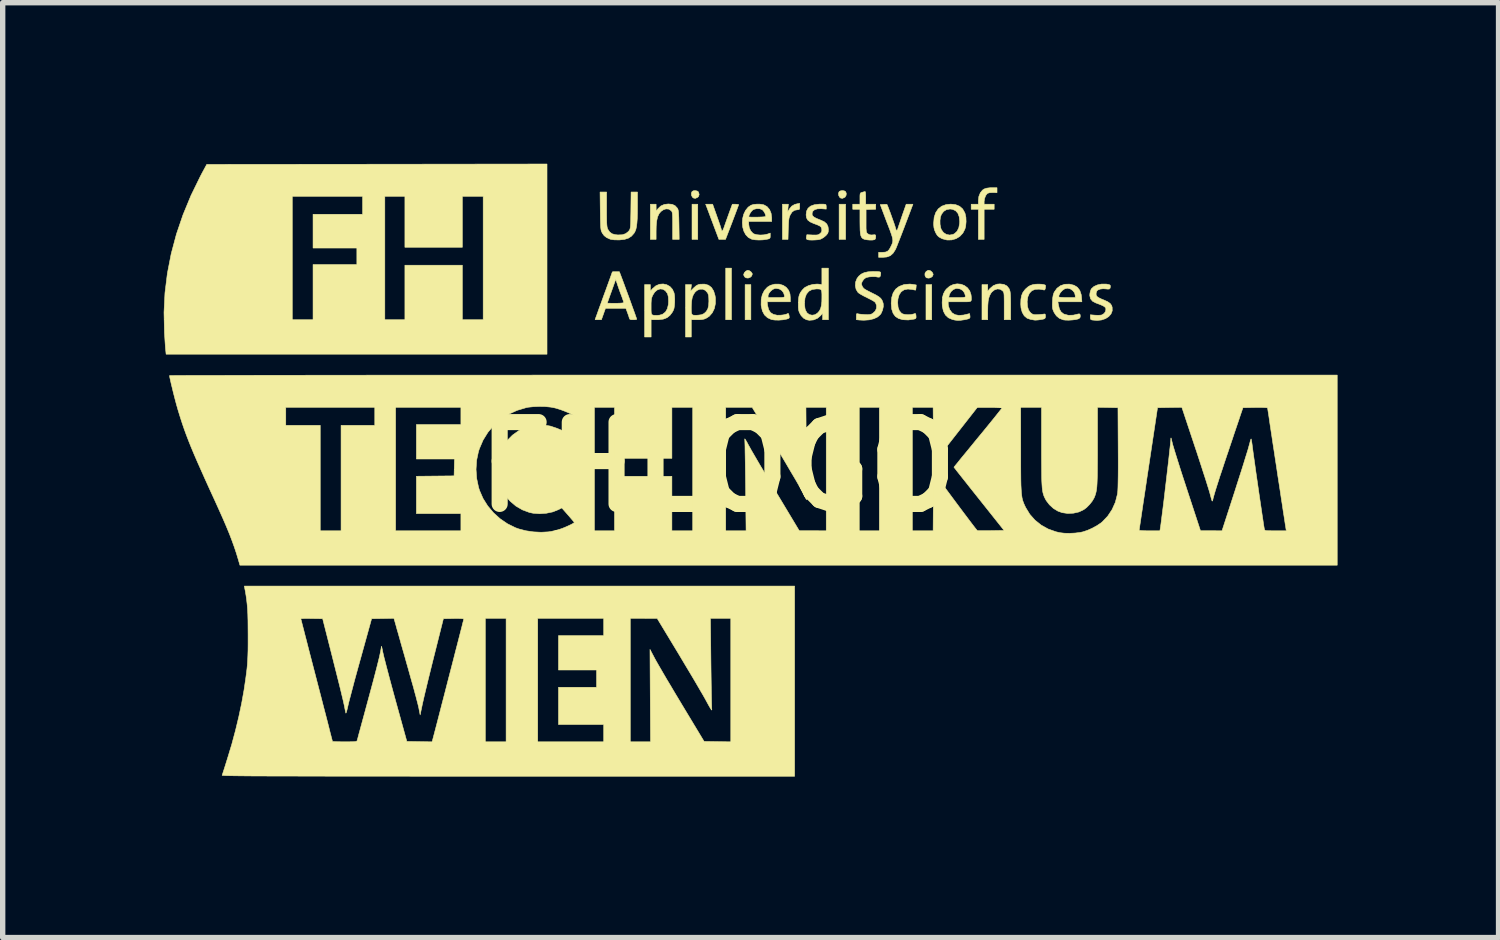
<source format=kicad_pcb>
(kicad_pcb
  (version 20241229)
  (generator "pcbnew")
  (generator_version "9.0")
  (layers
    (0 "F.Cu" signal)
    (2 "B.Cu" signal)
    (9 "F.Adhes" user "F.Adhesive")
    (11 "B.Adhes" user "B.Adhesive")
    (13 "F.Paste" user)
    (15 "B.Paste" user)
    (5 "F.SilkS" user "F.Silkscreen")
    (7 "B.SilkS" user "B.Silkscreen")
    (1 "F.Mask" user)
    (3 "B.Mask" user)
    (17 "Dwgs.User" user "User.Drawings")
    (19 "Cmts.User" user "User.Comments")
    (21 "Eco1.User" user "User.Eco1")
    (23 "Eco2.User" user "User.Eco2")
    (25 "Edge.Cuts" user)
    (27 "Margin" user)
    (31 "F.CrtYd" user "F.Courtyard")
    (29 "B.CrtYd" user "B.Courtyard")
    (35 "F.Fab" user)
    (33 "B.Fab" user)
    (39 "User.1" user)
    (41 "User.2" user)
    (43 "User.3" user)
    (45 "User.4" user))
  (footprint "FHLOGO"
    (layer "F.Cu")
    (at 10.321 5.647)
    (property "Reference" "FHLOGO" (at 0 0 0) (layer "F.SilkS") (effects (font (size 1.524 1.524) (thickness 0.3))))
    (attr through_hole)
    (fp_poly (pts (xy -0.374 -4.238) (xy -0.481 -4.238) (xy -0.481 -4.893) (xy -0.374 -4.893) (xy -0.374 -4.238)) (stroke (width 0.01) (type solid)) (fill yes) (layer "F.SilkS"))
    (fp_poly (pts (xy 0.254 -2.741) (xy 0.147 -2.741) (xy 0.147 -3.703) (xy 0.254 -3.703) (xy 0.254 -2.741)) (stroke (width 0.01) (type solid)) (fill yes) (layer "F.SilkS"))
    (fp_poly (pts (xy 0.615 -2.741) (xy 0.508 -2.741) (xy 0.508 -3.396) (xy 0.615 -3.396) (xy 0.615 -2.741)) (stroke (width 0.01) (type solid)) (fill yes) (layer "F.SilkS"))
    (fp_poly (pts (xy 2.38 -4.238) (xy 2.259 -4.238) (xy 2.259 -4.893) (xy 2.38 -4.893) (xy 2.38 -4.238)) (stroke (width 0.01) (type solid)) (fill yes) (layer "F.SilkS"))
    (fp_poly (pts (xy 3.984 -2.741) (xy 3.877 -2.741) (xy 3.877 -3.396) (xy 3.984 -3.396) (xy 3.984 -2.741)) (stroke (width 0.01) (type solid)) (fill yes) (layer "F.SilkS"))
    (fp_poly (pts (xy -0.378 -5.136) (xy -0.361 -5.121) (xy -0.348 -5.076) (xy -0.359 -5.038) (xy -0.377 -5.021) (xy -0.418 -5.002) (xy -0.453 -5.008) (xy -0.473 -5.024) (xy -0.491 -5.059) (xy -0.493 -5.098) (xy -0.48 -5.13) (xy -0.479 -5.131) (xy -0.45 -5.145) (xy -0.412 -5.146) (xy -0.378 -5.136)) (stroke (width 0.01) (type solid)) (fill yes) (layer "F.SilkS"))
    (fp_poly (pts (xy 0.591 -3.653) (xy 0.62 -3.631) (xy 0.639 -3.604) (xy 0.642 -3.592) (xy 0.63 -3.556) (xy 0.601 -3.53) (xy 0.563 -3.517) (xy 0.525 -3.522) (xy 0.502 -3.537) (xy 0.485 -3.565) (xy 0.481 -3.584) (xy 0.493 -3.616) (xy 0.52 -3.646) (xy 0.553 -3.662) (xy 0.561 -3.663) (xy 0.591 -3.653)) (stroke (width 0.01) (type solid)) (fill yes) (layer "F.SilkS"))
    (fp_poly (pts (xy 2.354 -5.142) (xy 2.377 -5.131) (xy 2.392 -5.099) (xy 2.39 -5.061) (xy 2.371 -5.027) (xy 2.363 -5.021) (xy 2.322 -5.002) (xy 2.287 -5.008) (xy 2.268 -5.024) (xy 2.25 -5.059) (xy 2.247 -5.098) (xy 2.261 -5.13) (xy 2.262 -5.131) (xy 2.286 -5.142) (xy 2.319 -5.147) (xy 2.354 -5.142)) (stroke (width 0.01) (type solid)) (fill yes) (layer "F.SilkS"))
    (fp_poly (pts (xy 3.963 -3.652) (xy 3.993 -3.626) (xy 4.009 -3.594) (xy 4.011 -3.585) (xy 3.999 -3.552) (xy 3.969 -3.528) (xy 3.931 -3.516) (xy 3.893 -3.521) (xy 3.881 -3.526) (xy 3.866 -3.546) (xy 3.857 -3.572) (xy 3.859 -3.609) (xy 3.881 -3.642) (xy 3.915 -3.661) (xy 3.93 -3.663) (xy 3.963 -3.652)) (stroke (width 0.01) (type solid)) (fill yes) (layer "F.SilkS"))
    (fp_poly (pts (xy 5.2 -5.108) (xy 5.122 -5.11) (xy 5.06 -5.107) (xy 5.022 -5.095) (xy 5.019 -5.093) (xy 4.99 -5.055) (xy 4.969 -5.002) (xy 4.96 -4.945) (xy 4.96 -4.94) (xy 4.96 -4.893) (xy 5.147 -4.893) (xy 5.147 -4.799) (xy 4.96 -4.799) (xy 4.96 -4.238) (xy 4.853 -4.238) (xy 4.853 -4.799) (xy 4.719 -4.799) (xy 4.719 -4.893) (xy 4.853 -4.893) (xy 4.853 -4.964) (xy 4.862 -5.039) (xy 4.889 -5.105) (xy 4.93 -5.156) (xy 4.959 -5.176) (xy 5.006 -5.192) (xy 5.07 -5.2) (xy 5.103 -5.2) (xy 5.2 -5.2) (xy 5.2 -5.108)) (stroke (width 0.01) (type solid)) (fill yes) (layer "F.SilkS"))
    (fp_poly (pts (xy 1.524 -4.85) (xy 1.523 -4.813) (xy 1.516 -4.796) (xy 1.498 -4.791) (xy 1.484 -4.79) (xy 1.427 -4.78) (xy 1.382 -4.747) (xy 1.348 -4.694) (xy 1.336 -4.665) (xy 1.327 -4.635) (xy 1.321 -4.597) (xy 1.317 -4.545) (xy 1.314 -4.474) (xy 1.312 -4.435) (xy 1.307 -4.238) (xy 1.203 -4.238) (xy 1.203 -4.893) (xy 1.314 -4.893) (xy 1.307 -4.826) (xy 1.304 -4.788) (xy 1.303 -4.764) (xy 1.304 -4.759) (xy 1.312 -4.769) (xy 1.329 -4.795) (xy 1.334 -4.805) (xy 1.376 -4.857) (xy 1.431 -4.889) (xy 1.474 -4.9) (xy 1.524 -4.909) (xy 1.524 -4.85)) (stroke (width 0.01) (type solid)) (fill yes) (layer "F.SilkS"))
    (fp_poly (pts (xy -0.015 -4.662) (xy 0.011 -4.588) (xy 0.034 -4.522) (xy 0.052 -4.468) (xy 0.063 -4.431) (xy 0.067 -4.416) (xy 0.075 -4.395) (xy 0.078 -4.393) (xy 0.088 -4.401) (xy 0.102 -4.428) (xy 0.119 -4.47) (xy 0.12 -4.475) (xy 0.137 -4.524) (xy 0.16 -4.589) (xy 0.186 -4.662) (xy 0.21 -4.729) (xy 0.27 -4.893) (xy 0.329 -4.893) (xy 0.364 -4.891) (xy 0.385 -4.887) (xy 0.388 -4.884) (xy 0.383 -4.87) (xy 0.37 -4.834) (xy 0.35 -4.78) (xy 0.324 -4.711) (xy 0.294 -4.632) (xy 0.266 -4.557) (xy 0.143 -4.238) (xy 0.02 -4.238) (xy -0.077 -4.495) (xy -0.108 -4.578) (xy -0.138 -4.657) (xy -0.164 -4.727) (xy -0.185 -4.783) (xy -0.199 -4.82) (xy -0.2 -4.823) (xy -0.227 -4.893) (xy -0.097 -4.893) (xy -0.015 -4.662)) (stroke (width 0.01) (type solid)) (fill yes) (layer "F.SilkS"))
    (fp_poly (pts (xy -0.851 -4.891) (xy -0.797 -4.866) (xy -0.755 -4.821) (xy -0.752 -4.816) (xy -0.744 -4.801) (xy -0.738 -4.779) (xy -0.733 -4.748) (xy -0.73 -4.703) (xy -0.727 -4.641) (xy -0.725 -4.558) (xy -0.724 -4.509) (xy -0.72 -4.238) (xy -0.842 -4.238) (xy -0.842 -4.492) (xy -0.842 -4.581) (xy -0.843 -4.647) (xy -0.845 -4.694) (xy -0.848 -4.727) (xy -0.853 -4.748) (xy -0.86 -4.762) (xy -0.869 -4.772) (xy -0.914 -4.802) (xy -0.965 -4.806) (xy -1.012 -4.791) (xy -1.059 -4.759) (xy -1.095 -4.716) (xy -1.122 -4.658) (xy -1.139 -4.582) (xy -1.148 -4.484) (xy -1.15 -4.391) (xy -1.15 -4.238) (xy -1.257 -4.238) (xy -1.257 -4.893) (xy -1.15 -4.893) (xy -1.149 -4.766) (xy -1.115 -4.81) (xy -1.062 -4.86) (xy -0.997 -4.889) (xy -0.922 -4.898) (xy -0.851 -4.891)) (stroke (width 0.01) (type solid)) (fill yes) (layer "F.SilkS"))
    (fp_poly (pts (xy 5.328 -3.4) (xy 5.384 -3.371) (xy 5.423 -3.323) (xy 5.428 -3.313) (xy 5.437 -3.289) (xy 5.444 -3.264) (xy 5.448 -3.231) (xy 5.451 -3.186) (xy 5.453 -3.126) (xy 5.454 -3.046) (xy 5.454 -2.998) (xy 5.454 -2.741) (xy 5.334 -2.741) (xy 5.334 -2.995) (xy 5.334 -3.084) (xy 5.333 -3.149) (xy 5.332 -3.196) (xy 5.329 -3.228) (xy 5.324 -3.25) (xy 5.317 -3.264) (xy 5.307 -3.276) (xy 5.301 -3.283) (xy 5.257 -3.31) (xy 5.206 -3.315) (xy 5.154 -3.298) (xy 5.106 -3.26) (xy 5.088 -3.237) (xy 5.064 -3.194) (xy 5.047 -3.146) (xy 5.035 -3.085) (xy 5.029 -3.008) (xy 5.027 -2.909) (xy 5.027 -2.904) (xy 5.027 -2.741) (xy 4.92 -2.741) (xy 4.92 -3.396) (xy 5.027 -3.396) (xy 5.027 -3.274) (xy 5.07 -3.324) (xy 5.13 -3.376) (xy 5.2 -3.404) (xy 5.254 -3.409) (xy 5.328 -3.4)) (stroke (width 0.01) (type solid)) (fill yes) (layer "F.SilkS"))
    (fp_poly (pts (xy 3.624 -3.401) (xy 3.696 -3.389) (xy 3.692 -3.342) (xy 3.688 -3.311) (xy 3.685 -3.294) (xy 3.685 -3.293) (xy 3.672 -3.294) (xy 3.641 -3.3) (xy 3.621 -3.305) (xy 3.539 -3.313) (xy 3.47 -3.299) (xy 3.416 -3.263) (xy 3.377 -3.206) (xy 3.355 -3.129) (xy 3.35 -3.061) (xy 3.357 -2.974) (xy 3.381 -2.908) (xy 3.42 -2.863) (xy 3.443 -2.85) (xy 3.486 -2.839) (xy 3.542 -2.835) (xy 3.599 -2.838) (xy 3.644 -2.848) (xy 3.671 -2.857) (xy 3.684 -2.854) (xy 3.689 -2.833) (xy 3.692 -2.808) (xy 3.692 -2.777) (xy 3.681 -2.761) (xy 3.656 -2.753) (xy 3.546 -2.737) (xy 3.446 -2.742) (xy 3.367 -2.764) (xy 3.307 -2.803) (xy 3.265 -2.86) (xy 3.239 -2.938) (xy 3.23 -3.036) (xy 3.229 -3.049) (xy 3.239 -3.156) (xy 3.266 -3.243) (xy 3.312 -3.312) (xy 3.377 -3.362) (xy 3.461 -3.394) (xy 3.478 -3.398) (xy 3.577 -3.406) (xy 3.624 -3.401)) (stroke (width 0.01) (type solid)) (fill yes) (layer "F.SilkS"))
    (fp_poly (pts (xy -3.182 -2.099) (xy -10.277 -2.099) (xy -10.284 -2.169) (xy -10.288 -2.204) (xy -10.292 -2.26) (xy -10.297 -2.333) (xy -10.302 -2.415) (xy -10.308 -2.504) (xy -10.308 -2.516) (xy -10.316 -2.879) (xy -10.298 -3.243) (xy -10.253 -3.607) (xy -10.182 -3.971) (xy -10.085 -4.335) (xy -9.962 -4.696) (xy -9.82 -5.04) (xy -7.927 -5.04) (xy -7.927 -2.741) (xy -7.54 -2.741) (xy -7.54 -3.77) (xy -6.724 -3.77) (xy -6.724 -4.077) (xy -7.54 -4.077) (xy -7.54 -4.706) (xy -6.617 -4.706) (xy -6.617 -5.04) (xy -6.203 -5.04) (xy -6.203 -2.741) (xy -5.829 -2.741) (xy -5.829 -3.757) (xy -4.759 -3.757) (xy -4.759 -2.741) (xy -4.371 -2.741) (xy -4.371 -5.04) (xy -4.759 -5.04) (xy -4.759 -4.091) (xy -5.829 -4.091) (xy -5.829 -5.04) (xy -6.203 -5.04) (xy -6.617 -5.04) (xy -7.927 -5.04) (xy -9.82 -5.04) (xy -9.814 -5.055) (xy -9.64 -5.411) (xy -9.614 -5.461) (xy -9.52 -5.635) (xy -6.351 -5.638) (xy -3.182 -5.642) (xy -3.182 -2.099)) (stroke (width 0.01) (type solid)) (fill yes) (layer "F.SilkS"))
    (fp_poly (pts (xy 2.749 -5.119) (xy 2.752 -5.093) (xy 2.754 -5.048) (xy 2.754 -5.015) (xy 2.754 -4.893) (xy 2.941 -4.893) (xy 2.941 -4.8) (xy 2.851 -4.797) (xy 2.761 -4.793) (xy 2.761 -4.581) (xy 2.761 -4.501) (xy 2.761 -4.444) (xy 2.764 -4.405) (xy 2.767 -4.379) (xy 2.774 -4.363) (xy 2.783 -4.351) (xy 2.794 -4.342) (xy 2.826 -4.324) (xy 2.865 -4.32) (xy 2.884 -4.322) (xy 2.92 -4.325) (xy 2.936 -4.32) (xy 2.941 -4.302) (xy 2.941 -4.284) (xy 2.935 -4.248) (xy 2.92 -4.233) (xy 2.883 -4.226) (xy 2.832 -4.225) (xy 2.778 -4.23) (xy 2.732 -4.239) (xy 2.719 -4.244) (xy 2.695 -4.257) (xy 2.677 -4.277) (xy 2.664 -4.306) (xy 2.655 -4.349) (xy 2.65 -4.408) (xy 2.648 -4.487) (xy 2.647 -4.574) (xy 2.647 -4.799) (xy 2.513 -4.799) (xy 2.513 -4.893) (xy 2.647 -4.893) (xy 2.647 -4.998) (xy 2.647 -5.051) (xy 2.65 -5.083) (xy 2.657 -5.101) (xy 2.668 -5.109) (xy 2.679 -5.112) (xy 2.713 -5.122) (xy 2.733 -5.128) (xy 2.743 -5.129) (xy 2.749 -5.119)) (stroke (width 0.01) (type solid)) (fill yes) (layer "F.SilkS"))
    (fp_poly (pts (xy 3.483 -4.494) (xy 3.445 -4.394) (xy 3.409 -4.301) (xy 3.376 -4.217) (xy 3.348 -4.146) (xy 3.327 -4.092) (xy 3.312 -4.058) (xy 3.308 -4.049) (xy 3.264 -3.98) (xy 3.212 -3.934) (xy 3.146 -3.91) (xy 3.075 -3.904) (xy 2.995 -3.904) (xy 2.995 -3.997) (xy 3.062 -3.997) (xy 3.12 -4.001) (xy 3.16 -4.016) (xy 3.19 -4.046) (xy 3.21 -4.08) (xy 3.23 -4.119) (xy 3.245 -4.152) (xy 3.255 -4.181) (xy 3.259 -4.21) (xy 3.257 -4.244) (xy 3.248 -4.285) (xy 3.231 -4.338) (xy 3.207 -4.406) (xy 3.174 -4.493) (xy 3.148 -4.559) (xy 3.025 -4.886) (xy 3.085 -4.89) (xy 3.122 -4.891) (xy 3.147 -4.89) (xy 3.151 -4.888) (xy 3.158 -4.873) (xy 3.172 -4.838) (xy 3.191 -4.788) (xy 3.214 -4.728) (xy 3.237 -4.663) (xy 3.26 -4.599) (xy 3.281 -4.54) (xy 3.297 -4.492) (xy 3.307 -4.46) (xy 3.308 -4.453) (xy 3.32 -4.417) (xy 3.333 -4.405) (xy 3.345 -4.417) (xy 3.349 -4.428) (xy 3.356 -4.45) (xy 3.37 -4.493) (xy 3.39 -4.551) (xy 3.413 -4.62) (xy 3.432 -4.676) (xy 3.508 -4.893) (xy 3.634 -4.893) (xy 3.483 -4.494)) (stroke (width 0.01) (type solid)) (fill yes) (layer "F.SilkS"))
    (fp_poly (pts (xy 4.429 -4.885) (xy 4.503 -4.855) (xy 4.56 -4.805) (xy 4.6 -4.734) (xy 4.605 -4.721) (xy 4.621 -4.649) (xy 4.624 -4.566) (xy 4.616 -4.483) (xy 4.603 -4.432) (xy 4.564 -4.355) (xy 4.507 -4.294) (xy 4.436 -4.251) (xy 4.356 -4.228) (xy 4.271 -4.226) (xy 4.185 -4.248) (xy 4.161 -4.259) (xy 4.117 -4.284) (xy 4.087 -4.313) (xy 4.061 -4.356) (xy 4.056 -4.366) (xy 4.036 -4.413) (xy 4.025 -4.458) (xy 4.02 -4.513) (xy 4.02 -4.542) (xy 4.024 -4.589) (xy 4.138 -4.589) (xy 4.139 -4.519) (xy 4.151 -4.454) (xy 4.163 -4.42) (xy 4.203 -4.365) (xy 4.256 -4.331) (xy 4.317 -4.319) (xy 4.379 -4.33) (xy 4.409 -4.345) (xy 4.456 -4.389) (xy 4.488 -4.453) (xy 4.503 -4.535) (xy 4.505 -4.572) (xy 4.496 -4.658) (xy 4.471 -4.725) (xy 4.429 -4.772) (xy 4.372 -4.798) (xy 4.325 -4.804) (xy 4.26 -4.793) (xy 4.207 -4.76) (xy 4.165 -4.705) (xy 4.146 -4.654) (xy 4.138 -4.589) (xy 4.024 -4.589) (xy 4.029 -4.648) (xy 4.058 -4.736) (xy 4.105 -4.806) (xy 4.169 -4.856) (xy 4.251 -4.886) (xy 4.338 -4.895) (xy 4.429 -4.885)) (stroke (width 0.01) (type solid)) (fill yes) (layer "F.SilkS"))
    (fp_poly (pts (xy -0.175 -3.385) (xy -0.119 -3.342) (xy -0.078 -3.277) (xy -0.052 -3.191) (xy -0.045 -3.146) (xy -0.045 -3.044) (xy -0.065 -2.95) (xy -0.104 -2.87) (xy -0.16 -2.806) (xy -0.214 -2.771) (xy -0.253 -2.754) (xy -0.295 -2.745) (xy -0.35 -2.741) (xy -0.384 -2.741) (xy -0.495 -2.741) (xy -0.495 -2.42) (xy -0.602 -2.42) (xy -0.602 -2.963) (xy -0.495 -2.963) (xy -0.494 -2.9) (xy -0.49 -2.859) (xy -0.478 -2.836) (xy -0.454 -2.826) (xy -0.415 -2.824) (xy -0.371 -2.826) (xy -0.304 -2.835) (xy -0.258 -2.856) (xy -0.257 -2.856) (xy -0.215 -2.896) (xy -0.187 -2.943) (xy -0.172 -3.003) (xy -0.167 -3.083) (xy -0.167 -3.088) (xy -0.169 -3.152) (xy -0.174 -3.197) (xy -0.185 -3.23) (xy -0.193 -3.245) (xy -0.233 -3.289) (xy -0.283 -3.311) (xy -0.337 -3.31) (xy -0.389 -3.287) (xy -0.426 -3.253) (xy -0.456 -3.208) (xy -0.477 -3.154) (xy -0.489 -3.086) (xy -0.494 -3) (xy -0.495 -2.963) (xy -0.602 -2.963) (xy -0.602 -3.396) (xy -0.491 -3.396) (xy -0.507 -3.277) (xy -0.449 -3.335) (xy -0.406 -3.373) (xy -0.368 -3.394) (xy -0.33 -3.403) (xy -0.246 -3.405) (xy -0.175 -3.385)) (stroke (width 0.01) (type solid)) (fill yes) (layer "F.SilkS"))
    (fp_poly (pts (xy -0.953 -3.394) (xy -0.893 -3.361) (xy -0.846 -3.309) (xy -0.815 -3.24) (xy -0.807 -3.193) (xy -0.803 -3.129) (xy -0.804 -3.064) (xy -0.809 -3) (xy -0.816 -2.954) (xy -0.829 -2.917) (xy -0.846 -2.884) (xy -0.892 -2.823) (xy -0.946 -2.78) (xy -1.015 -2.753) (xy -1.102 -2.742) (xy -1.145 -2.741) (xy -1.243 -2.741) (xy -1.243 -2.42) (xy -1.364 -2.42) (xy -1.364 -2.986) (xy -1.243 -2.986) (xy -1.243 -2.918) (xy -1.241 -2.873) (xy -1.233 -2.845) (xy -1.218 -2.83) (xy -1.191 -2.824) (xy -1.15 -2.823) (xy -1.136 -2.822) (xy -1.085 -2.827) (xy -1.037 -2.841) (xy -1.029 -2.844) (xy -0.976 -2.885) (xy -0.94 -2.947) (xy -0.921 -3.028) (xy -0.918 -3.087) (xy -0.922 -3.166) (xy -0.936 -3.222) (xy -0.94 -3.231) (xy -0.978 -3.282) (xy -1.025 -3.31) (xy -1.076 -3.315) (xy -1.127 -3.297) (xy -1.174 -3.258) (xy -1.21 -3.203) (xy -1.225 -3.17) (xy -1.235 -3.138) (xy -1.24 -3.101) (xy -1.243 -3.051) (xy -1.243 -2.986) (xy -1.364 -2.986) (xy -1.364 -3.396) (xy -1.257 -3.396) (xy -1.257 -3.274) (xy -1.213 -3.324) (xy -1.154 -3.374) (xy -1.088 -3.402) (xy -1.019 -3.408) (xy -0.953 -3.394)) (stroke (width 0.01) (type solid)) (fill yes) (layer "F.SilkS"))
    (fp_poly (pts (xy 2.059 -2.741) (xy 1.952 -2.741) (xy 1.952 -2.863) (xy 1.916 -2.82) (xy 1.855 -2.768) (xy 1.783 -2.738) (xy 1.705 -2.731) (xy 1.652 -2.741) (xy 1.599 -2.769) (xy 1.552 -2.817) (xy 1.518 -2.878) (xy 1.516 -2.883) (xy 1.504 -2.923) (xy 1.499 -2.973) (xy 1.499 -3.038) (xy 1.499 -3.064) (xy 1.615 -3.064) (xy 1.617 -3.008) (xy 1.623 -2.955) (xy 1.631 -2.922) (xy 1.66 -2.871) (xy 1.703 -2.838) (xy 1.755 -2.826) (xy 1.809 -2.835) (xy 1.855 -2.864) (xy 1.89 -2.903) (xy 1.914 -2.949) (xy 1.929 -3.007) (xy 1.937 -3.082) (xy 1.938 -3.15) (xy 1.938 -3.219) (xy 1.935 -3.265) (xy 1.927 -3.294) (xy 1.911 -3.309) (xy 1.884 -3.314) (xy 1.843 -3.315) (xy 1.834 -3.315) (xy 1.757 -3.305) (xy 1.696 -3.273) (xy 1.651 -3.22) (xy 1.624 -3.149) (xy 1.615 -3.064) (xy 1.499 -3.064) (xy 1.499 -3.065) (xy 1.503 -3.129) (xy 1.51 -3.176) (xy 1.521 -3.212) (xy 1.538 -3.246) (xy 1.54 -3.25) (xy 1.572 -3.294) (xy 1.611 -3.334) (xy 1.627 -3.346) (xy 1.691 -3.378) (xy 1.769 -3.399) (xy 1.847 -3.406) (xy 1.88 -3.404) (xy 1.938 -3.396) (xy 1.938 -3.703) (xy 2.059 -3.703) (xy 2.059 -2.741)) (stroke (width 0.01) (type solid)) (fill yes) (layer "F.SilkS"))
    (fp_poly (pts (xy -2.072 -4.796) (xy -2.072 -4.692) (xy -2.071 -4.611) (xy -2.07 -4.55) (xy -2.067 -4.505) (xy -2.063 -4.472) (xy -2.058 -4.448) (xy -2.051 -4.43) (xy -2.049 -4.426) (xy -2.015 -4.376) (xy -1.971 -4.343) (xy -1.911 -4.326) (xy -1.861 -4.321) (xy -1.78 -4.324) (xy -1.717 -4.345) (xy -1.668 -4.383) (xy -1.652 -4.402) (xy -1.643 -4.416) (xy -1.637 -4.431) (xy -1.632 -4.452) (xy -1.628 -4.482) (xy -1.625 -4.525) (xy -1.623 -4.584) (xy -1.622 -4.662) (xy -1.62 -4.763) (xy -1.62 -4.78) (xy -1.616 -5.12) (xy -1.497 -5.12) (xy -1.497 -4.849) (xy -1.498 -4.725) (xy -1.501 -4.624) (xy -1.507 -4.543) (xy -1.515 -4.478) (xy -1.526 -4.427) (xy -1.542 -4.386) (xy -1.561 -4.352) (xy -1.562 -4.351) (xy -1.609 -4.298) (xy -1.666 -4.261) (xy -1.738 -4.238) (xy -1.83 -4.228) (xy -1.838 -4.228) (xy -1.925 -4.229) (xy -1.988 -4.237) (xy -2.008 -4.243) (xy -2.072 -4.272) (xy -2.117 -4.307) (xy -2.152 -4.354) (xy -2.155 -4.362) (xy -2.165 -4.38) (xy -2.172 -4.399) (xy -2.177 -4.422) (xy -2.181 -4.453) (xy -2.184 -4.494) (xy -2.186 -4.551) (xy -2.188 -4.625) (xy -2.189 -4.722) (xy -2.19 -4.769) (xy -2.194 -5.12) (xy -2.072 -5.12) (xy -2.072 -4.796)) (stroke (width 0.01) (type solid)) (fill yes) (layer "F.SilkS"))
    (fp_poly (pts (xy 6.025 -3.403) (xy 6.07 -3.397) (xy 6.097 -3.387) (xy 6.102 -3.383) (xy 6.105 -3.363) (xy 6.101 -3.331) (xy 6.101 -3.329) (xy 6.091 -3.3) (xy 6.077 -3.294) (xy 6.071 -3.296) (xy 6.045 -3.302) (xy 6.005 -3.308) (xy 5.982 -3.311) (xy 5.908 -3.307) (xy 5.848 -3.281) (xy 5.803 -3.234) (xy 5.774 -3.167) (xy 5.762 -3.082) (xy 5.762 -3.071) (xy 5.768 -2.987) (xy 5.787 -2.924) (xy 5.821 -2.876) (xy 5.837 -2.862) (xy 5.861 -2.846) (xy 5.887 -2.837) (xy 5.923 -2.835) (xy 5.969 -2.837) (xy 6.019 -2.841) (xy 6.06 -2.845) (xy 6.083 -2.849) (xy 6.083 -2.849) (xy 6.097 -2.845) (xy 6.102 -2.822) (xy 6.103 -2.808) (xy 6.099 -2.776) (xy 6.085 -2.76) (xy 6.063 -2.753) (xy 6.016 -2.744) (xy 5.965 -2.737) (xy 5.92 -2.734) (xy 5.895 -2.735) (xy 5.869 -2.74) (xy 5.832 -2.746) (xy 5.826 -2.747) (xy 5.76 -2.77) (xy 5.707 -2.815) (xy 5.669 -2.88) (xy 5.647 -2.962) (xy 5.642 -3.032) (xy 5.645 -3.121) (xy 5.657 -3.19) (xy 5.68 -3.246) (xy 5.716 -3.296) (xy 5.735 -3.317) (xy 5.78 -3.356) (xy 5.821 -3.38) (xy 5.871 -3.396) (xy 5.872 -3.396) (xy 5.919 -3.403) (xy 5.973 -3.405) (xy 6.025 -3.403)) (stroke (width 0.01) (type solid)) (fill yes) (layer "F.SilkS"))
    (fp_poly (pts (xy 7.232 -3.406) (xy 7.251 -3.403) (xy 7.29 -3.395) (xy 7.308 -3.384) (xy 7.312 -3.366) (xy 7.312 -3.365) (xy 7.307 -3.33) (xy 7.29 -3.313) (xy 7.255 -3.312) (xy 7.235 -3.315) (xy 7.176 -3.319) (xy 7.121 -3.312) (xy 7.079 -3.295) (xy 7.062 -3.28) (xy 7.049 -3.249) (xy 7.045 -3.22) (xy 7.05 -3.194) (xy 7.065 -3.172) (xy 7.096 -3.151) (xy 7.146 -3.127) (xy 7.193 -3.108) (xy 7.261 -3.077) (xy 7.307 -3.045) (xy 7.334 -3.008) (xy 7.345 -2.973) (xy 7.346 -2.907) (xy 7.323 -2.849) (xy 7.28 -2.8) (xy 7.221 -2.762) (xy 7.148 -2.737) (xy 7.064 -2.728) (xy 6.974 -2.736) (xy 6.968 -2.737) (xy 6.947 -2.746) (xy 6.939 -2.769) (xy 6.938 -2.788) (xy 6.938 -2.834) (xy 7.028 -2.826) (xy 7.085 -2.824) (xy 7.132 -2.827) (xy 7.155 -2.832) (xy 7.196 -2.859) (xy 7.222 -2.898) (xy 7.228 -2.941) (xy 7.227 -2.949) (xy 7.219 -2.967) (xy 7.203 -2.983) (xy 7.174 -3.001) (xy 7.129 -3.021) (xy 7.064 -3.046) (xy 7.041 -3.054) (xy 6.98 -3.086) (xy 6.943 -3.131) (xy 6.928 -3.189) (xy 6.929 -3.223) (xy 6.938 -3.269) (xy 6.953 -3.309) (xy 6.959 -3.319) (xy 7.006 -3.361) (xy 7.071 -3.39) (xy 7.148 -3.406) (xy 7.232 -3.406)) (stroke (width 0.01) (type solid)) (fill yes) (layer "F.SilkS"))
    (fp_poly (pts (xy 1.218 -3.382) (xy 1.275 -3.344) (xy 1.319 -3.289) (xy 1.344 -3.221) (xy 1.35 -3.149) (xy 1.35 -3.075) (xy 0.919 -3.075) (xy 0.927 -3.005) (xy 0.946 -2.93) (xy 0.981 -2.875) (xy 1.035 -2.841) (xy 1.107 -2.825) (xy 1.166 -2.826) (xy 1.216 -2.831) (xy 1.26 -2.84) (xy 1.284 -2.848) (xy 1.305 -2.858) (xy 1.317 -2.855) (xy 1.324 -2.833) (xy 1.328 -2.811) (xy 1.331 -2.783) (xy 1.322 -2.767) (xy 1.295 -2.757) (xy 1.286 -2.754) (xy 1.214 -2.74) (xy 1.134 -2.734) (xy 1.057 -2.736) (xy 0.999 -2.745) (xy 0.925 -2.779) (xy 0.868 -2.832) (xy 0.829 -2.906) (xy 0.808 -3) (xy 0.806 -3.02) (xy 0.808 -3.121) (xy 0.823 -3.188) (xy 0.936 -3.188) (xy 0.936 -3.155) (xy 1.09 -3.155) (xy 1.157 -3.155) (xy 1.202 -3.157) (xy 1.228 -3.161) (xy 1.241 -3.168) (xy 1.243 -3.175) (xy 1.238 -3.201) (xy 1.226 -3.237) (xy 1.224 -3.243) (xy 1.192 -3.286) (xy 1.144 -3.315) (xy 1.087 -3.325) (xy 1.062 -3.323) (xy 1.022 -3.306) (xy 0.983 -3.273) (xy 0.952 -3.234) (xy 0.936 -3.196) (xy 0.936 -3.188) (xy 0.823 -3.188) (xy 0.829 -3.211) (xy 0.868 -3.288) (xy 0.923 -3.348) (xy 0.978 -3.382) (xy 1.061 -3.405) (xy 1.142 -3.405) (xy 1.218 -3.382)) (stroke (width 0.01) (type solid)) (fill yes) (layer "F.SilkS"))
    (fp_poly (pts (xy 1.997 -4.892) (xy 2.014 -4.884) (xy 2.018 -4.863) (xy 2.019 -4.848) (xy 2.019 -4.802) (xy 1.934 -4.809) (xy 1.859 -4.808) (xy 1.804 -4.792) (xy 1.769 -4.762) (xy 1.759 -4.739) (xy 1.755 -4.706) (xy 1.764 -4.679) (xy 1.789 -4.655) (xy 1.832 -4.631) (xy 1.898 -4.604) (xy 1.914 -4.598) (xy 1.984 -4.565) (xy 2.029 -4.525) (xy 2.053 -4.473) (xy 2.059 -4.422) (xy 2.056 -4.379) (xy 2.046 -4.349) (xy 2.022 -4.319) (xy 2.008 -4.305) (xy 1.967 -4.271) (xy 1.922 -4.246) (xy 1.905 -4.239) (xy 1.862 -4.231) (xy 1.808 -4.227) (xy 1.753 -4.225) (xy 1.703 -4.227) (xy 1.668 -4.233) (xy 1.66 -4.236) (xy 1.647 -4.259) (xy 1.65 -4.286) (xy 1.658 -4.325) (xy 1.762 -4.32) (xy 1.817 -4.319) (xy 1.853 -4.321) (xy 1.878 -4.329) (xy 1.901 -4.344) (xy 1.902 -4.345) (xy 1.929 -4.372) (xy 1.937 -4.403) (xy 1.936 -4.423) (xy 1.931 -4.449) (xy 1.92 -4.47) (xy 1.898 -4.488) (xy 1.86 -4.506) (xy 1.802 -4.528) (xy 1.789 -4.532) (xy 1.721 -4.563) (xy 1.676 -4.597) (xy 1.652 -4.64) (xy 1.644 -4.694) (xy 1.644 -4.695) (xy 1.653 -4.765) (xy 1.681 -4.819) (xy 1.728 -4.858) (xy 1.796 -4.883) (xy 1.885 -4.894) (xy 1.962 -4.895) (xy 1.997 -4.892)) (stroke (width 0.01) (type solid)) (fill yes) (layer "F.SilkS"))
    (fp_poly (pts (xy 6.553 -3.404) (xy 6.635 -3.384) (xy 6.698 -3.345) (xy 6.742 -3.287) (xy 6.768 -3.21) (xy 6.774 -3.162) (xy 6.781 -3.075) (xy 6.334 -3.075) (xy 6.344 -3.018) (xy 6.362 -2.943) (xy 6.391 -2.89) (xy 6.434 -2.854) (xy 6.449 -2.846) (xy 6.53 -2.824) (xy 6.62 -2.827) (xy 6.675 -2.839) (xy 6.717 -2.85) (xy 6.74 -2.849) (xy 6.749 -2.834) (xy 6.751 -2.806) (xy 6.745 -2.778) (xy 6.723 -2.761) (xy 6.708 -2.755) (xy 6.662 -2.744) (xy 6.602 -2.737) (xy 6.537 -2.733) (xy 6.478 -2.734) (xy 6.435 -2.739) (xy 6.435 -2.739) (xy 6.361 -2.768) (xy 6.306 -2.814) (xy 6.265 -2.874) (xy 6.248 -2.911) (xy 6.237 -2.942) (xy 6.232 -2.976) (xy 6.231 -3.021) (xy 6.233 -3.075) (xy 6.237 -3.147) (xy 6.241 -3.169) (xy 6.35 -3.169) (xy 6.363 -3.162) (xy 6.4 -3.158) (xy 6.46 -3.155) (xy 6.504 -3.155) (xy 6.657 -3.155) (xy 6.657 -3.192) (xy 6.645 -3.241) (xy 6.613 -3.283) (xy 6.567 -3.315) (xy 6.514 -3.329) (xy 6.508 -3.329) (xy 6.461 -3.317) (xy 6.416 -3.286) (xy 6.378 -3.243) (xy 6.354 -3.196) (xy 6.35 -3.169) (xy 6.241 -3.169) (xy 6.246 -3.199) (xy 6.259 -3.24) (xy 6.267 -3.257) (xy 6.317 -3.327) (xy 6.383 -3.376) (xy 6.461 -3.402) (xy 6.549 -3.405) (xy 6.553 -3.404)) (stroke (width 0.01) (type solid)) (fill yes) (layer "F.SilkS"))
    (fp_poly (pts (xy 0.785 -4.894) (xy 0.842 -4.885) (xy 0.858 -4.881) (xy 0.917 -4.848) (xy 0.963 -4.794) (xy 0.992 -4.724) (xy 1.003 -4.642) (xy 1.003 -4.639) (xy 1.003 -4.572) (xy 0.575 -4.572) (xy 0.575 -4.522) (xy 0.585 -4.456) (xy 0.612 -4.397) (xy 0.651 -4.354) (xy 0.672 -4.34) (xy 0.725 -4.325) (xy 0.791 -4.319) (xy 0.861 -4.323) (xy 0.922 -4.336) (xy 0.926 -4.337) (xy 0.976 -4.355) (xy 0.976 -4.304) (xy 0.975 -4.274) (xy 0.966 -4.257) (xy 0.945 -4.247) (xy 0.908 -4.239) (xy 0.841 -4.229) (xy 0.766 -4.226) (xy 0.694 -4.23) (xy 0.636 -4.24) (xy 0.63 -4.242) (xy 0.568 -4.274) (xy 0.519 -4.326) (xy 0.484 -4.392) (xy 0.463 -4.467) (xy 0.456 -4.548) (xy 0.462 -4.63) (xy 0.47 -4.659) (xy 0.575 -4.659) (xy 0.587 -4.655) (xy 0.62 -4.653) (xy 0.666 -4.652) (xy 0.721 -4.652) (xy 0.776 -4.654) (xy 0.827 -4.656) (xy 0.866 -4.659) (xy 0.887 -4.664) (xy 0.889 -4.665) (xy 0.89 -4.688) (xy 0.878 -4.722) (xy 0.857 -4.758) (xy 0.833 -4.786) (xy 0.827 -4.791) (xy 0.781 -4.809) (xy 0.725 -4.811) (xy 0.672 -4.798) (xy 0.649 -4.784) (xy 0.622 -4.756) (xy 0.597 -4.718) (xy 0.58 -4.68) (xy 0.575 -4.659) (xy 0.47 -4.659) (xy 0.483 -4.709) (xy 0.517 -4.779) (xy 0.565 -4.838) (xy 0.618 -4.874) (xy 0.662 -4.888) (xy 0.721 -4.894) (xy 0.785 -4.894)) (stroke (width 0.01) (type solid)) (fill yes) (layer "F.SilkS"))
    (fp_poly (pts (xy 4.529 -3.403) (xy 4.594 -3.378) (xy 4.65 -3.336) (xy 4.692 -3.279) (xy 4.716 -3.208) (xy 4.72 -3.175) (xy 4.722 -3.138) (xy 4.722 -3.111) (xy 4.716 -3.093) (xy 4.701 -3.082) (xy 4.671 -3.077) (xy 4.625 -3.075) (xy 4.558 -3.075) (xy 4.505 -3.075) (xy 4.291 -3.075) (xy 4.291 -3.031) (xy 4.297 -2.992) (xy 4.313 -2.946) (xy 4.321 -2.927) (xy 4.362 -2.871) (xy 4.418 -2.836) (xy 4.489 -2.822) (xy 4.576 -2.829) (xy 4.621 -2.839) (xy 4.69 -2.856) (xy 4.696 -2.815) (xy 4.698 -2.789) (xy 4.691 -2.771) (xy 4.67 -2.759) (xy 4.631 -2.749) (xy 4.592 -2.741) (xy 4.522 -2.731) (xy 4.466 -2.729) (xy 4.414 -2.735) (xy 4.368 -2.746) (xy 4.294 -2.778) (xy 4.239 -2.83) (xy 4.201 -2.902) (xy 4.181 -2.994) (xy 4.178 -3.061) (xy 4.183 -3.151) (xy 4.184 -3.155) (xy 4.301 -3.155) (xy 4.457 -3.155) (xy 4.524 -3.155) (xy 4.57 -3.157) (xy 4.596 -3.161) (xy 4.609 -3.167) (xy 4.612 -3.175) (xy 4.607 -3.201) (xy 4.595 -3.237) (xy 4.593 -3.243) (xy 4.561 -3.286) (xy 4.513 -3.315) (xy 4.457 -3.325) (xy 4.432 -3.323) (xy 4.384 -3.302) (xy 4.342 -3.263) (xy 4.314 -3.214) (xy 4.31 -3.198) (xy 4.301 -3.155) (xy 4.184 -3.155) (xy 4.201 -3.222) (xy 4.232 -3.281) (xy 4.256 -3.312) (xy 4.318 -3.366) (xy 4.387 -3.398) (xy 4.458 -3.41) (xy 4.529 -3.403)) (stroke (width 0.01) (type solid)) (fill yes) (layer "F.SilkS"))
    (fp_poly (pts (xy -1.8 -3.546) (xy -1.772 -3.472) (xy -1.741 -3.388) (xy -1.708 -3.298) (xy -1.673 -3.204) (xy -1.639 -3.111) (xy -1.607 -3.022) (xy -1.577 -2.939) (xy -1.551 -2.868) (xy -1.531 -2.811) (xy -1.517 -2.771) (xy -1.511 -2.752) (xy -1.511 -2.751) (xy -1.523 -2.745) (xy -1.553 -2.741) (xy -1.576 -2.741) (xy -1.616 -2.742) (xy -1.637 -2.749) (xy -1.647 -2.765) (xy -1.65 -2.774) (xy -1.659 -2.806) (xy -1.675 -2.851) (xy -1.686 -2.881) (xy -1.713 -2.954) (xy -2.093 -2.954) (xy -2.131 -2.847) (xy -2.169 -2.741) (xy -2.227 -2.741) (xy -2.263 -2.741) (xy -2.284 -2.743) (xy -2.286 -2.744) (xy -2.282 -2.757) (xy -2.269 -2.793) (xy -2.249 -2.847) (xy -2.224 -2.918) (xy -2.193 -3.003) (xy -2.175 -3.051) (xy -2.059 -3.051) (xy -2.046 -3.05) (xy -2.012 -3.049) (xy -1.962 -3.048) (xy -1.905 -3.048) (xy -1.844 -3.049) (xy -1.795 -3.052) (xy -1.762 -3.056) (xy -1.751 -3.06) (xy -1.756 -3.077) (xy -1.768 -3.113) (xy -1.785 -3.162) (xy -1.796 -3.191) (xy -1.821 -3.257) (xy -1.846 -3.327) (xy -1.867 -3.388) (xy -1.871 -3.401) (xy -1.902 -3.493) (xy -1.98 -3.274) (xy -2.006 -3.203) (xy -2.028 -3.14) (xy -2.045 -3.092) (xy -2.056 -3.061) (xy -2.059 -3.051) (xy -2.175 -3.051) (xy -2.158 -3.099) (xy -2.126 -3.188) (xy -2.088 -3.291) (xy -2.054 -3.385) (xy -2.024 -3.468) (xy -1.999 -3.537) (xy -1.98 -3.59) (xy -1.969 -3.622) (xy -1.965 -3.632) (xy -1.953 -3.635) (xy -1.922 -3.636) (xy -1.899 -3.636) (xy -1.834 -3.636) (xy -1.8 -3.546)) (stroke (width 0.01) (type solid)) (fill yes) (layer "F.SilkS"))
    (fp_poly (pts (xy 2.964 -3.639) (xy 3.005 -3.636) (xy 3.026 -3.63) (xy 3.034 -3.617) (xy 3.034 -3.599) (xy 3.028 -3.555) (xy 3.009 -3.535) (xy 2.983 -3.535) (xy 2.938 -3.543) (xy 2.881 -3.544) (xy 2.822 -3.54) (xy 2.773 -3.53) (xy 2.755 -3.523) (xy 2.72 -3.496) (xy 2.692 -3.458) (xy 2.691 -3.455) (xy 2.677 -3.422) (xy 2.677 -3.398) (xy 2.689 -3.366) (xy 2.691 -3.362) (xy 2.704 -3.341) (xy 2.722 -3.321) (xy 2.752 -3.301) (xy 2.796 -3.277) (xy 2.86 -3.245) (xy 2.866 -3.242) (xy 2.942 -3.204) (xy 2.997 -3.171) (xy 3.035 -3.139) (xy 3.059 -3.104) (xy 3.075 -3.062) (xy 3.081 -3.039) (xy 3.082 -2.984) (xy 3.068 -2.921) (xy 3.042 -2.861) (xy 3.027 -2.839) (xy 2.977 -2.794) (xy 2.906 -2.76) (xy 2.819 -2.739) (xy 2.719 -2.732) (xy 2.637 -2.736) (xy 2.58 -2.742) (xy 2.58 -2.803) (xy 2.581 -2.84) (xy 2.587 -2.855) (xy 2.6 -2.855) (xy 2.603 -2.854) (xy 2.628 -2.848) (xy 2.67 -2.843) (xy 2.722 -2.839) (xy 2.734 -2.838) (xy 2.791 -2.836) (xy 2.83 -2.839) (xy 2.859 -2.846) (xy 2.885 -2.86) (xy 2.93 -2.901) (xy 2.954 -2.952) (xy 2.957 -3.005) (xy 2.938 -3.055) (xy 2.929 -3.067) (xy 2.909 -3.083) (xy 2.87 -3.106) (xy 2.818 -3.133) (xy 2.774 -3.155) (xy 2.716 -3.184) (xy 2.664 -3.213) (xy 2.625 -3.238) (xy 2.609 -3.252) (xy 2.575 -3.308) (xy 2.561 -3.374) (xy 2.566 -3.443) (xy 2.592 -3.509) (xy 2.624 -3.552) (xy 2.67 -3.591) (xy 2.726 -3.618) (xy 2.796 -3.634) (xy 2.885 -3.64) (xy 2.964 -3.639)) (stroke (width 0.01) (type solid)) (fill yes) (layer "F.SilkS"))
    (fp_poly (pts (xy 1.43 5.762) (xy -3.905 5.762) (xy -4.364 5.762) (xy -4.798 5.762) (xy -5.206 5.762) (xy -5.589 5.762) (xy -5.949 5.761) (xy -6.285 5.761) (xy -6.599 5.761) (xy -6.891 5.761) (xy -7.162 5.761) (xy -7.412 5.76) (xy -7.643 5.76) (xy -7.855 5.759) (xy -8.048 5.759) (xy -8.224 5.758) (xy -8.383 5.758) (xy -8.526 5.757) (xy -8.653 5.757) (xy -8.766 5.756) (xy -8.864 5.755) (xy -8.949 5.754) (xy -9.022 5.753) (xy -9.082 5.752) (xy -9.132 5.751) (xy -9.17 5.75) (xy -9.199 5.748) (xy -9.219 5.747) (xy -9.23 5.746) (xy -9.234 5.744) (xy -9.234 5.744) (xy -9.225 5.718) (xy -9.21 5.672) (xy -9.19 5.61) (xy -9.167 5.537) (xy -9.142 5.457) (xy -9.117 5.376) (xy -9.094 5.299) (xy -9.073 5.23) (xy -9.056 5.175) (xy -9.052 5.16) (xy -8.985 4.911) (xy -8.923 4.653) (xy -8.869 4.398) (xy -8.825 4.153) (xy -8.812 4.064) (xy -8.795 3.95) (xy -8.782 3.851) (xy -8.771 3.763) (xy -8.763 3.681) (xy -8.758 3.598) (xy -8.754 3.511) (xy -8.751 3.414) (xy -8.75 3.302) (xy -8.75 3.17) (xy -8.75 3.128) (xy -8.751 2.98) (xy -8.752 2.854) (xy -8.753 2.829) (xy -7.767 2.829) (xy -7.764 2.843) (xy -7.754 2.881) (xy -7.739 2.941) (xy -7.718 3.021) (xy -7.693 3.12) (xy -7.663 3.235) (xy -7.63 3.365) (xy -7.593 3.508) (xy -7.553 3.662) (xy -7.511 3.824) (xy -7.473 3.971) (xy -7.429 4.14) (xy -7.387 4.302) (xy -7.348 4.454) (xy -7.311 4.595) (xy -7.278 4.723) (xy -7.249 4.836) (xy -7.225 4.933) (xy -7.205 5.01) (xy -7.19 5.067) (xy -7.181 5.102) (xy -7.179 5.113) (xy -7.166 5.115) (xy -7.131 5.117) (xy -7.078 5.119) (xy -7.011 5.12) (xy -6.952 5.12) (xy -6.869 5.12) (xy -6.809 5.119) (xy -6.768 5.117) (xy -6.742 5.113) (xy -6.727 5.108) (xy -6.72 5.1) (xy -6.719 5.097) (xy -6.714 5.08) (xy -6.703 5.039) (xy -6.687 4.978) (xy -6.665 4.898) (xy -6.639 4.802) (xy -6.609 4.692) (xy -6.576 4.571) (xy -6.541 4.441) (xy -6.518 4.356) (xy -6.466 4.164) (xy -6.421 3.997) (xy -6.383 3.852) (xy -6.351 3.729) (xy -6.325 3.625) (xy -6.304 3.539) (xy -6.289 3.469) (xy -6.278 3.414) (xy -6.271 3.373) (xy -6.268 3.344) (xy -6.266 3.341) (xy -6.259 3.361) (xy -6.25 3.4) (xy -6.242 3.444) (xy -6.233 3.482) (xy -6.219 3.543) (xy -6.198 3.624) (xy -6.173 3.722) (xy -6.143 3.835) (xy -6.11 3.96) (xy -6.074 4.094) (xy -6.036 4.234) (xy -6.005 4.347) (xy -5.793 5.113) (xy -5.558 5.117) (xy -5.322 5.121) (xy -5.309 5.07) (xy -5.267 4.911) (xy -5.224 4.746) (xy -5.18 4.576) (xy -5.136 4.404) (xy -5.091 4.232) (xy -5.047 4.06) (xy -5.004 3.893) (xy -4.962 3.731) (xy -4.922 3.576) (xy -4.885 3.43) (xy -4.85 3.296) (xy -4.819 3.175) (xy -4.792 3.069) (xy -4.769 2.98) (xy -4.752 2.91) (xy -4.739 2.862) (xy -4.733 2.836) (xy -4.732 2.833) (xy -4.745 2.828) (xy -4.781 2.825) (xy -4.836 2.823) (xy -4.908 2.823) (xy -4.922 2.824) (xy -5.112 2.827) (xy -5.29 3.536) (xy -5.325 3.676) (xy -5.359 3.814) (xy -5.392 3.947) (xy -5.422 4.072) (xy -5.449 4.184) (xy -5.472 4.281) (xy -5.49 4.36) (xy -5.503 4.418) (xy -5.506 4.432) (xy -5.545 4.619) (xy -5.561 4.539) (xy -5.569 4.496) (xy -5.579 4.452) (xy -5.591 4.403) (xy -5.606 4.346) (xy -5.623 4.279) (xy -5.645 4.199) (xy -5.67 4.105) (xy -5.702 3.993) (xy -5.739 3.861) (xy -5.782 3.707) (xy -5.795 3.663) (xy -5.83 3.537) (xy -5.865 3.415) (xy -5.898 3.3) (xy -5.927 3.195) (xy -5.953 3.103) (xy -5.975 3.028) (xy -5.99 2.973) (xy -5.996 2.951) (xy -6.033 2.821) (xy -4.331 2.821) (xy -4.331 5.12) (xy -3.944 5.12) (xy -3.944 2.821) (xy -3.355 2.821) (xy -3.355 5.12) (xy -2.126 5.12) (xy -2.126 4.799) (xy -2.968 4.799) (xy -2.968 4.104) (xy -2.259 4.104) (xy -2.259 3.783) (xy -2.968 3.783) (xy -2.968 3.142) (xy -2.126 3.142) (xy -2.126 2.821) (xy -1.631 2.821) (xy -1.631 5.12) (xy -1.254 5.12) (xy -1.259 4.26) (xy -1.264 3.399) (xy -1.175 3.568) (xy -1.152 3.61) (xy -1.116 3.673) (xy -1.069 3.754) (xy -1.014 3.849) (xy -0.951 3.957) (xy -0.881 4.073) (xy -0.808 4.197) (xy -0.731 4.325) (xy -0.671 4.425) (xy -0.256 5.113) (xy -0.008 5.117) (xy 0.241 5.121) (xy 0.241 2.821) (xy -0.138 2.821) (xy -0.129 3.646) (xy -0.127 3.794) (xy -0.125 3.934) (xy -0.123 4.065) (xy -0.121 4.185) (xy -0.119 4.29) (xy -0.117 4.378) (xy -0.115 4.447) (xy -0.114 4.495) (xy -0.112 4.518) (xy -0.112 4.519) (xy -0.114 4.529) (xy -0.124 4.519) (xy -0.144 4.487) (xy -0.175 4.433) (xy -0.21 4.369) (xy -0.236 4.321) (xy -0.275 4.252) (xy -0.325 4.167) (xy -0.383 4.067) (xy -0.448 3.956) (xy -0.52 3.835) (xy -0.595 3.71) (xy -0.672 3.581) (xy -0.722 3.497) (xy -1.13 2.822) (xy -1.38 2.821) (xy -1.631 2.821) (xy -2.126 2.821) (xy -3.355 2.821) (xy -3.944 2.821) (xy -4.331 2.821) (xy -6.033 2.821) (xy -6.033 2.82) (xy -6.241 2.824) (xy -6.449 2.827) (xy -6.653 3.563) (xy -6.692 3.703) (xy -6.73 3.841) (xy -6.766 3.972) (xy -6.798 4.094) (xy -6.827 4.204) (xy -6.852 4.299) (xy -6.872 4.375) (xy -6.885 4.43) (xy -6.89 4.452) (xy -6.903 4.509) (xy -6.915 4.554) (xy -6.924 4.581) (xy -6.929 4.586) (xy -6.929 4.585) (xy -6.934 4.564) (xy -6.943 4.523) (xy -6.953 4.471) (xy -6.958 4.445) (xy -6.966 4.41) (xy -6.979 4.351) (xy -6.998 4.272) (xy -7.021 4.176) (xy -7.048 4.065) (xy -7.079 3.942) (xy -7.112 3.81) (xy -7.147 3.672) (xy -7.171 3.576) (xy -7.361 2.827) (xy -7.564 2.824) (xy -7.634 2.823) (xy -7.694 2.823) (xy -7.739 2.825) (xy -7.763 2.827) (xy -7.767 2.829) (xy -8.753 2.829) (xy -8.755 2.745) (xy -8.76 2.651) (xy -8.767 2.565) (xy -8.776 2.484) (xy -8.787 2.403) (xy -8.801 2.318) (xy -8.809 2.279) (xy -8.82 2.219) (xy 1.43 2.219) (xy 1.43 5.762)) (stroke (width 0.01) (type solid)) (fill yes) (layer "F.SilkS"))
    (fp_poly (pts (xy 11.537 1.831) (xy -8.902 1.831) (xy -8.93 1.735) (xy -8.966 1.615) (xy -9.005 1.497) (xy -9.049 1.375) (xy -9.098 1.247) (xy -9.155 1.109) (xy -9.22 0.958) (xy -9.295 0.79) (xy -9.365 0.635) (xy -9.463 0.422) (xy -9.55 0.23) (xy -9.627 0.057) (xy -9.696 -0.098) (xy -9.757 -0.239) (xy -9.811 -0.368) (xy -9.859 -0.488) (xy -9.902 -0.6) (xy -9.941 -0.707) (xy -9.977 -0.812) (xy -10.011 -0.917) (xy -10.044 -1.024) (xy -10.062 -1.083) (xy -10.069 -1.11) (xy -8.048 -1.11) (xy -8.048 -0.775) (xy -7.406 -0.775) (xy -7.406 1.19) (xy -7.018 1.19) (xy -7.018 -0.775) (xy -6.39 -0.775) (xy -6.39 -1.11) (xy -6.002 -1.11) (xy -6.002 1.19) (xy -4.786 1.19) (xy -4.786 0.869) (xy -5.615 0.869) (xy -5.615 0.174) (xy -4.913 0.167) (xy -4.91 0.045) (xy -4.504 0.045) (xy -4.492 0.215) (xy -4.457 0.381) (xy -4.439 0.438) (xy -4.374 0.587) (xy -4.287 0.726) (xy -4.179 0.854) (xy -4.055 0.966) (xy -3.917 1.06) (xy -3.769 1.133) (xy -3.708 1.155) (xy -3.577 1.189) (xy -3.436 1.21) (xy -3.293 1.217) (xy -3.159 1.21) (xy -3.107 1.202) (xy -3.05 1.19) (xy -2.984 1.173) (xy -2.941 1.16) (xy -2.895 1.144) (xy -2.843 1.123) (xy -2.789 1.099) (xy -2.74 1.076) (xy -2.701 1.055) (xy -2.678 1.04) (xy -2.674 1.035) (xy -2.682 1.023) (xy -2.705 0.995) (xy -2.739 0.955) (xy -2.781 0.906) (xy -2.79 0.896) (xy -2.906 0.764) (xy -2.97 0.796) (xy -3.075 0.838) (xy -3.195 0.863) (xy -3.319 0.872) (xy -3.44 0.863) (xy -3.508 0.849) (xy -3.64 0.8) (xy -3.762 0.729) (xy -3.87 0.637) (xy -3.963 0.529) (xy -4.036 0.407) (xy -4.088 0.274) (xy -4.098 0.234) (xy -4.113 0.137) (xy -4.116 0.03) (xy -4.108 -0.079) (xy -4.09 -0.179) (xy -4.074 -0.23) (xy -4.01 -0.368) (xy -3.926 -0.49) (xy -3.825 -0.592) (xy -3.709 -0.675) (xy -3.58 -0.736) (xy -3.44 -0.774) (xy -3.369 -0.784) (xy -3.247 -0.783) (xy -3.118 -0.76) (xy -2.999 -0.72) (xy -2.903 -0.68) (xy -2.857 -0.731) (xy -2.795 -0.801) (xy -2.748 -0.853) (xy -2.716 -0.891) (xy -2.696 -0.918) (xy -2.686 -0.936) (xy -2.685 -0.948) (xy -2.69 -0.956) (xy -2.699 -0.964) (xy -2.733 -0.985) (xy -2.785 -1.01) (xy -2.85 -1.037) (xy -2.922 -1.064) (xy -2.993 -1.087) (xy -3.032 -1.098) (xy -3.092 -1.11) (xy -2.299 -1.11) (xy -2.299 1.19) (xy -1.925 1.19) (xy -1.925 0.174) (xy -0.856 0.174) (xy -0.856 1.19) (xy -0.468 1.19) (xy -0.468 -1.11) (xy 0.147 -1.11) (xy 0.147 1.19) (xy 0.526 1.19) (xy 0.517 0.351) (xy 0.515 0.203) (xy 0.513 0.062) (xy 0.511 -0.069) (xy 0.509 -0.189) (xy 0.507 -0.293) (xy 0.506 -0.381) (xy 0.504 -0.45) (xy 0.502 -0.497) (xy 0.501 -0.52) (xy 0.5 -0.521) (xy 0.503 -0.523) (xy 0.516 -0.504) (xy 0.538 -0.468) (xy 0.565 -0.417) (xy 0.574 -0.401) (xy 0.596 -0.362) (xy 0.629 -0.302) (xy 0.674 -0.225) (xy 0.728 -0.132) (xy 0.79 -0.026) (xy 0.859 0.089) (xy 0.932 0.213) (xy 1.009 0.342) (xy 1.086 0.471) (xy 1.517 1.189) (xy 1.768 1.189) (xy 2.019 1.19) (xy 2.019 -1.11) (xy 2.634 -1.11) (xy 2.634 1.19) (xy 3.008 1.19) (xy 3.008 -1.11) (xy 3.623 -1.11) (xy 3.623 1.19) (xy 4.01 1.19) (xy 4.014 0.644) (xy 4.017 0.098) (xy 4.418 0.639) (xy 4.497 0.745) (xy 4.571 0.844) (xy 4.639 0.934) (xy 4.699 1.014) (xy 4.75 1.081) (xy 4.79 1.133) (xy 4.818 1.168) (xy 4.832 1.184) (xy 4.833 1.185) (xy 4.85 1.187) (xy 4.89 1.188) (xy 4.947 1.188) (xy 5.017 1.188) (xy 5.089 1.187) (xy 5.332 1.183) (xy 4.865 0.596) (xy 4.779 0.488) (xy 4.697 0.385) (xy 4.623 0.291) (xy 4.556 0.207) (xy 4.5 0.136) (xy 4.454 0.078) (xy 4.421 0.035) (xy 4.402 0.011) (xy 4.398 0.005) (xy 4.406 -0.005) (xy 4.43 -0.035) (xy 4.468 -0.081) (xy 4.517 -0.143) (xy 4.578 -0.217) (xy 4.648 -0.302) (xy 4.725 -0.396) (xy 4.808 -0.498) (xy 4.846 -0.544) (xy 4.932 -0.648) (xy 5.012 -0.746) (xy 5.085 -0.836) (xy 5.15 -0.916) (xy 5.204 -0.984) (xy 5.247 -1.038) (xy 5.277 -1.076) (xy 5.292 -1.096) (xy 5.294 -1.099) (xy 5.281 -1.102) (xy 5.246 -1.105) (xy 5.193 -1.107) (xy 5.126 -1.109) (xy 5.063 -1.109) (xy 4.833 -1.108) (xy 4.425 -0.587) (xy 4.017 -0.065) (xy 4.014 -0.587) (xy 4.01 -1.11) (xy 5.641 -1.11) (xy 5.642 -0.324) (xy 5.642 -0.148) (xy 5.642 0.004) (xy 5.643 0.134) (xy 5.644 0.245) (xy 5.646 0.337) (xy 5.65 0.414) (xy 5.654 0.479) (xy 5.66 0.532) (xy 5.667 0.578) (xy 5.676 0.617) (xy 5.688 0.652) (xy 5.701 0.686) (xy 5.717 0.721) (xy 5.734 0.757) (xy 5.811 0.883) (xy 5.908 0.992) (xy 6.023 1.084) (xy 6.154 1.157) (xy 6.298 1.208) (xy 6.37 1.225) (xy 6.454 1.235) (xy 6.553 1.237) (xy 6.655 1.232) (xy 6.75 1.22) (xy 6.798 1.21) (xy 6.882 1.182) (xy 6.888 1.18) (xy 7.848 1.18) (xy 7.86 1.183) (xy 7.895 1.186) (xy 7.946 1.189) (xy 8.011 1.19) (xy 8.04 1.19) (xy 8.234 1.19) (xy 8.241 1.146) (xy 8.247 1.109) (xy 8.255 1.05) (xy 8.265 0.971) (xy 8.277 0.876) (xy 8.291 0.767) (xy 8.306 0.648) (xy 8.321 0.522) (xy 8.336 0.391) (xy 8.352 0.258) (xy 8.367 0.127) (xy 8.382 -0.00009) (xy 8.396 -0.12) (xy 8.408 -0.229) (xy 8.418 -0.324) (xy 8.427 -0.404) (xy 8.433 -0.464) (xy 8.436 -0.502) (xy 8.437 -0.511) (xy 8.438 -0.535) (xy 8.441 -0.54) (xy 8.447 -0.524) (xy 8.456 -0.484) (xy 8.463 -0.455) (xy 8.471 -0.421) (xy 8.488 -0.365) (xy 8.511 -0.289) (xy 8.54 -0.195) (xy 8.574 -0.087) (xy 8.612 0.034) (xy 8.654 0.164) (xy 8.699 0.301) (xy 8.739 0.424) (xy 8.99 1.189) (xy 9.191 1.189) (xy 9.391 1.19) (xy 9.629 0.456) (xy 9.673 0.317) (xy 9.716 0.183) (xy 9.757 0.056) (xy 9.794 -0.062) (xy 9.826 -0.167) (xy 9.854 -0.256) (xy 9.876 -0.328) (xy 9.89 -0.379) (xy 9.896 -0.4) (xy 9.91 -0.452) (xy 9.921 -0.494) (xy 9.93 -0.518) (xy 9.933 -0.521) (xy 9.937 -0.509) (xy 9.943 -0.475) (xy 9.951 -0.423) (xy 9.959 -0.36) (xy 9.962 -0.338) (xy 9.968 -0.291) (xy 9.977 -0.225) (xy 9.989 -0.141) (xy 10.003 -0.043) (xy 10.018 0.067) (xy 10.035 0.185) (xy 10.053 0.308) (xy 10.071 0.433) (xy 10.089 0.557) (xy 10.107 0.678) (xy 10.124 0.792) (xy 10.139 0.895) (xy 10.153 0.986) (xy 10.164 1.062) (xy 10.173 1.118) (xy 10.179 1.152) (xy 10.18 1.16) (xy 10.184 1.171) (xy 10.191 1.179) (xy 10.206 1.185) (xy 10.233 1.188) (xy 10.276 1.189) (xy 10.339 1.19) (xy 10.388 1.19) (xy 10.589 1.19) (xy 10.581 1.146) (xy 10.578 1.124) (xy 10.57 1.078) (xy 10.56 1.011) (xy 10.547 0.926) (xy 10.531 0.825) (xy 10.514 0.709) (xy 10.494 0.582) (xy 10.474 0.446) (xy 10.452 0.303) (xy 10.429 0.156) (xy 10.407 0.007) (xy 10.384 -0.142) (xy 10.362 -0.289) (xy 10.34 -0.43) (xy 10.32 -0.564) (xy 10.301 -0.689) (xy 10.284 -0.801) (xy 10.27 -0.899) (xy 10.258 -0.98) (xy 10.248 -1.042) (xy 10.242 -1.082) (xy 10.24 -1.099) (xy 10.24 -1.099) (xy 10.228 -1.102) (xy 10.193 -1.105) (xy 10.139 -1.107) (xy 10.072 -1.107) (xy 10.011 -1.107) (xy 9.781 -1.103) (xy 9.742 -0.989) (xy 9.73 -0.954) (xy 9.711 -0.896) (xy 9.685 -0.819) (xy 9.653 -0.725) (xy 9.617 -0.619) (xy 9.578 -0.501) (xy 9.536 -0.377) (xy 9.493 -0.248) (xy 9.49 -0.241) (xy 9.436 -0.079) (xy 9.39 0.061) (xy 9.35 0.179) (xy 9.318 0.28) (xy 9.291 0.364) (xy 9.269 0.435) (xy 9.251 0.495) (xy 9.237 0.545) (xy 9.225 0.589) (xy 9.218 0.622) (xy 9.213 0.635) (xy 9.207 0.635) (xy 9.199 0.616) (xy 9.188 0.577) (xy 9.172 0.516) (xy 9.171 0.513) (xy 9.16 0.472) (xy 9.141 0.409) (xy 9.115 0.326) (xy 9.084 0.227) (xy 9.047 0.114) (xy 9.007 -0.011) (xy 8.964 -0.143) (xy 8.919 -0.281) (xy 8.888 -0.373) (xy 8.643 -1.11) (xy 8.416 -1.107) (xy 8.19 -1.103) (xy 8.019 0.033) (xy 7.993 0.204) (xy 7.969 0.368) (xy 7.946 0.522) (xy 7.924 0.664) (xy 7.905 0.794) (xy 7.888 0.907) (xy 7.874 1.004) (xy 7.862 1.081) (xy 7.854 1.138) (xy 7.849 1.171) (xy 7.848 1.18) (xy 6.888 1.18) (xy 6.973 1.142) (xy 7.061 1.094) (xy 7.137 1.043) (xy 7.162 1.022) (xy 7.262 0.917) (xy 7.343 0.795) (xy 7.404 0.66) (xy 7.441 0.516) (xy 7.446 0.488) (xy 7.45 0.445) (xy 7.453 0.377) (xy 7.455 0.283) (xy 7.457 0.164) (xy 7.458 0.02) (xy 7.458 -0.152) (xy 7.457 -0.349) (xy 7.457 -0.361) (xy 7.453 -1.103) (xy 7.262 -1.107) (xy 7.072 -1.11) (xy 7.072 -0.385) (xy 7.072 -0.215) (xy 7.071 -0.069) (xy 7.07 0.054) (xy 7.069 0.158) (xy 7.066 0.244) (xy 7.063 0.316) (xy 7.059 0.375) (xy 7.053 0.423) (xy 7.046 0.464) (xy 7.037 0.499) (xy 7.027 0.531) (xy 7.015 0.562) (xy 7.007 0.58) (xy 6.973 0.638) (xy 6.924 0.7) (xy 6.868 0.757) (xy 6.816 0.796) (xy 6.726 0.839) (xy 6.624 0.862) (xy 6.517 0.867) (xy 6.414 0.852) (xy 6.333 0.823) (xy 6.251 0.773) (xy 6.176 0.704) (xy 6.117 0.627) (xy 6.102 0.6) (xy 6.087 0.57) (xy 6.074 0.541) (xy 6.064 0.511) (xy 6.055 0.478) (xy 6.048 0.438) (xy 6.042 0.391) (xy 6.038 0.334) (xy 6.034 0.263) (xy 6.032 0.178) (xy 6.031 0.076) (xy 6.03 -0.046) (xy 6.029 -0.191) (xy 6.029 -0.359) (xy 6.029 -0.371) (xy 6.029 -1.11) (xy 5.641 -1.11) (xy 4.01 -1.11) (xy 3.623 -1.11) (xy 3.008 -1.11) (xy 2.634 -1.11) (xy 2.019 -1.11) (xy 1.641 -1.11) (xy 1.647 -0.248) (xy 1.652 0.613) (xy 1.56 0.437) (xy 1.536 0.392) (xy 1.5 0.328) (xy 1.453 0.246) (xy 1.396 0.15) (xy 1.332 0.042) (xy 1.263 -0.076) (xy 1.189 -0.2) (xy 1.112 -0.329) (xy 1.054 -0.424) (xy 0.639 -1.11) (xy 0.147 -1.11) (xy -0.468 -1.11) (xy -0.856 -1.11) (xy -0.856 -0.16) (xy -1.925 -0.16) (xy -1.925 -1.11) (xy -2.299 -1.11) (xy -3.092 -1.11) (xy -3.116 -1.114) (xy -3.217 -1.124) (xy -3.325 -1.126) (xy -3.432 -1.122) (xy -3.529 -1.112) (xy -3.566 -1.105) (xy -3.74 -1.053) (xy -3.899 -0.98) (xy -4.044 -0.887) (xy -4.173 -0.774) (xy -4.283 -0.644) (xy -4.373 -0.499) (xy -4.442 -0.338) (xy -4.459 -0.285) (xy -4.493 -0.124) (xy -4.504 0.045) (xy -4.91 0.045) (xy -4.909 0.01) (xy -4.905 -0.147) (xy -5.615 -0.147) (xy -5.615 -0.789) (xy -4.786 -0.789) (xy -4.786 -1.11) (xy -6.002 -1.11) (xy -6.39 -1.11) (xy -8.048 -1.11) (xy -10.069 -1.11) (xy -10.08 -1.146) (xy -10.1 -1.22) (xy -10.121 -1.302) (xy -10.143 -1.387) (xy -10.163 -1.471) (xy -10.182 -1.548) (xy -10.197 -1.614) (xy -10.208 -1.665) (xy -10.213 -1.696) (xy -10.213 -1.701) (xy -10.2 -1.702) (xy -10.161 -1.702) (xy -10.096 -1.703) (xy -10.006 -1.703) (xy -9.892 -1.704) (xy -9.755 -1.704) (xy -9.594 -1.704) (xy -9.411 -1.705) (xy -9.207 -1.705) (xy -8.981 -1.706) (xy -8.735 -1.706) (xy -8.469 -1.707) (xy -8.184 -1.707) (xy -7.88 -1.707) (xy -7.559 -1.708) (xy -7.22 -1.708) (xy -6.864 -1.708) (xy -6.492 -1.709) (xy -6.105 -1.709) (xy -5.703 -1.709) (xy -5.287 -1.71) (xy -4.857 -1.71) (xy -4.414 -1.71) (xy -3.959 -1.71) (xy -3.492 -1.71) (xy -3.015 -1.711) (xy -2.526 -1.711) (xy -2.028 -1.711) (xy -1.521 -1.711) (xy -1.006 -1.711) (xy -0.482 -1.711) (xy 0.049 -1.711) (xy 0.586 -1.711) (xy 0.662 -1.711) (xy 11.537 -1.711) (xy 11.537 1.831)) (stroke (width 0.01) (type solid)) (fill yes) (layer "F.SilkS")))
  (gr_rect
    (start -3 -3)
    (end 24.863 14.413)
    (stroke (width 0.1) (type default))
    (fill no)
    (layer "Edge.Cuts")))
</source>
